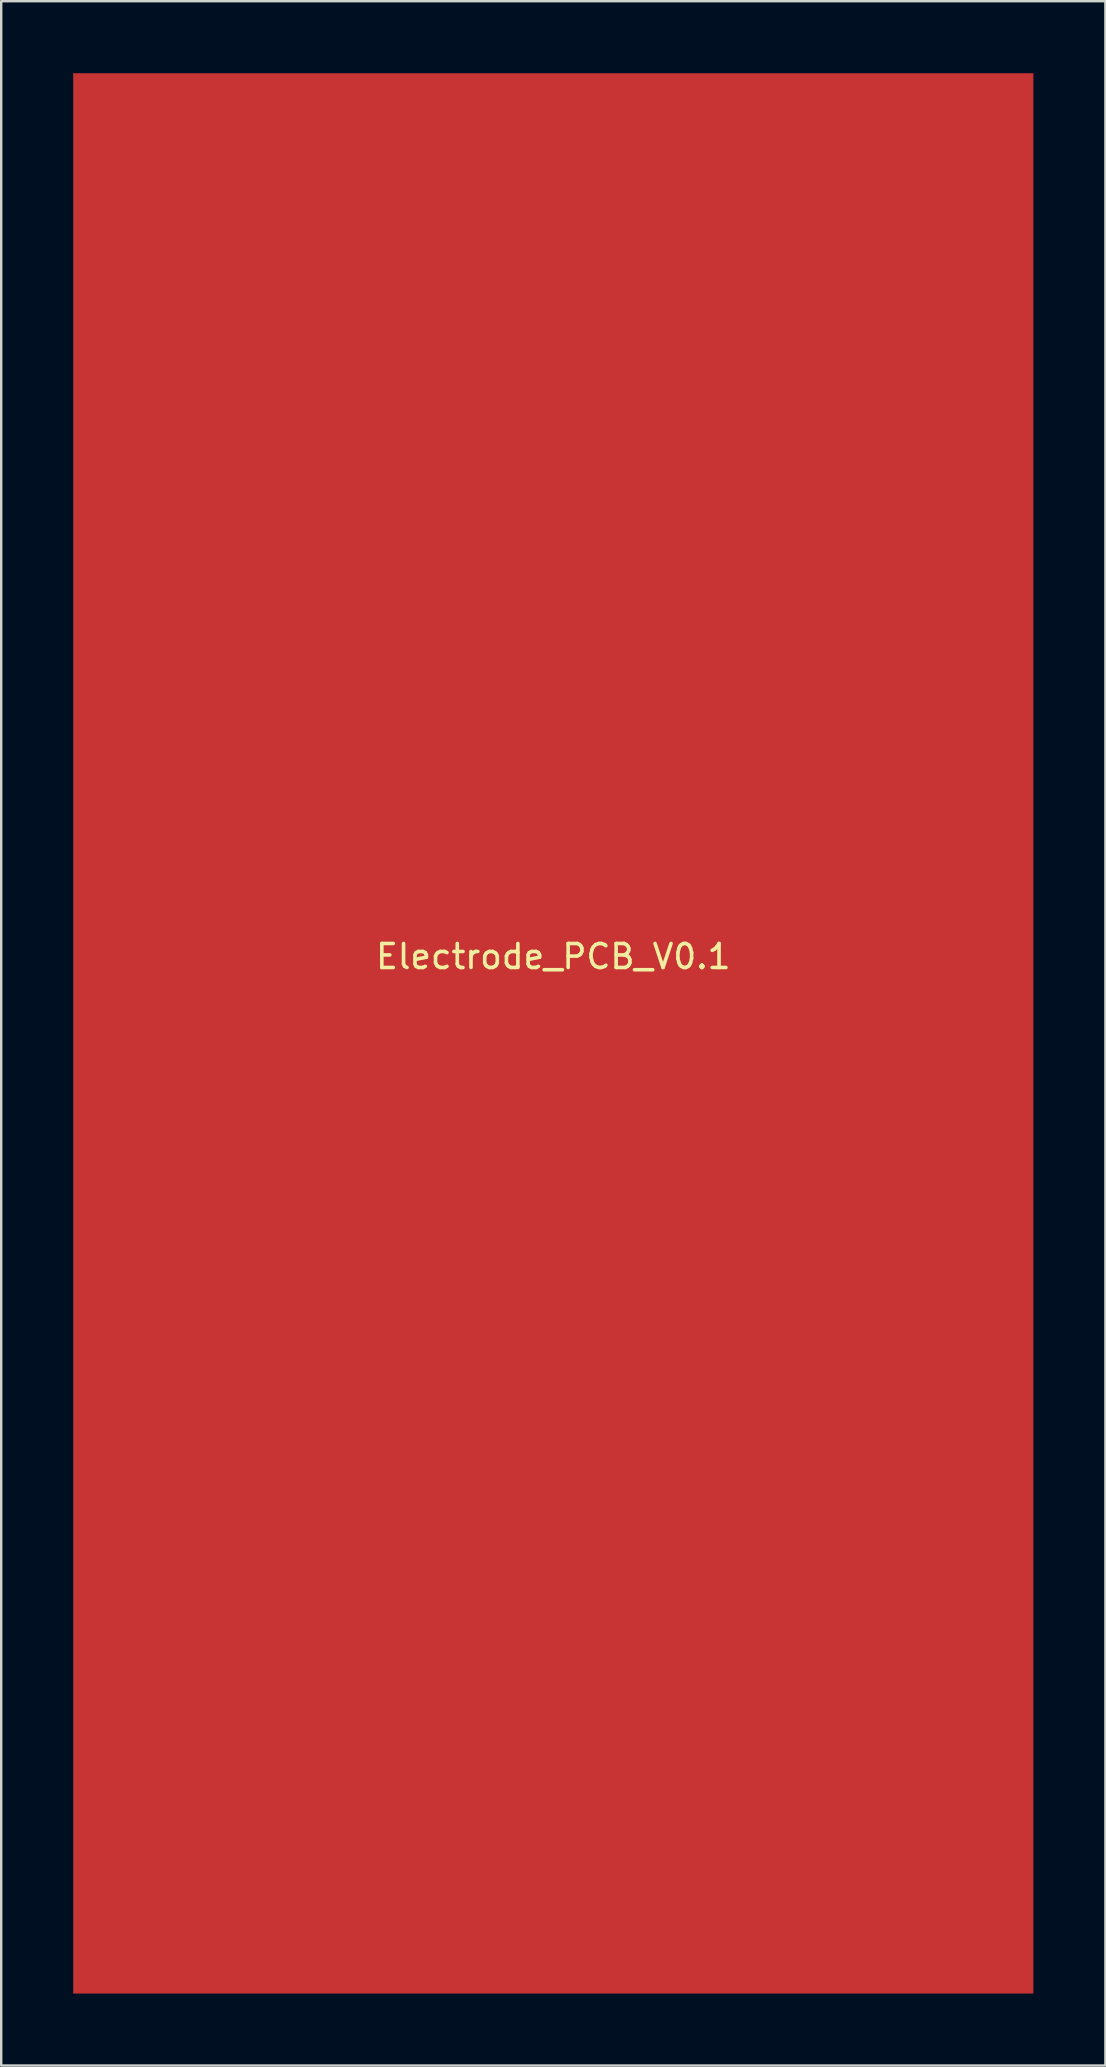
<source format=kicad_pcb>
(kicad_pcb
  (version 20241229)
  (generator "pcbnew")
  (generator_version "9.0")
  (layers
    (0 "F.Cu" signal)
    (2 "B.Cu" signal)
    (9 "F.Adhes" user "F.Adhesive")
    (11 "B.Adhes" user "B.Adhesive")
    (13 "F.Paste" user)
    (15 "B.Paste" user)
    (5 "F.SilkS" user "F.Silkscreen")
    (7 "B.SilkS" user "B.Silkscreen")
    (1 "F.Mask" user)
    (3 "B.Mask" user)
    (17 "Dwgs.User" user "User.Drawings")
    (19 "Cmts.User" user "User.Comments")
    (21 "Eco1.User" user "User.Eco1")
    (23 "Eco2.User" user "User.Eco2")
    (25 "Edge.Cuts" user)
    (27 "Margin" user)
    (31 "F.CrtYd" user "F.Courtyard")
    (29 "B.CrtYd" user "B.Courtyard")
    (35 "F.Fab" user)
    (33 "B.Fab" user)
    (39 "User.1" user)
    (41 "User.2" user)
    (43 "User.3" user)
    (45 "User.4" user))
  (footprint "Electrode_PCB_V0.1"
    (layer "F.Cu")
    (at 20 36.3)
    (property "Reference" "Electrode_PCB_V0.1" (at 0 0.5 0) (layer "F.SilkS") (effects (font (size 1 1) (thickness 0.15))))
    (attr through_hole)
    (pad "1" smd rect (at 0 3.7) (size 40 80) (layers "F.Cu" "F.Mask" "F.Paste")))
  (gr_rect
    (start -3 -3)
    (end 43 83)
    (stroke (width 0.1) (type default))
    (fill no)
    (layer "Edge.Cuts")))
</source>
